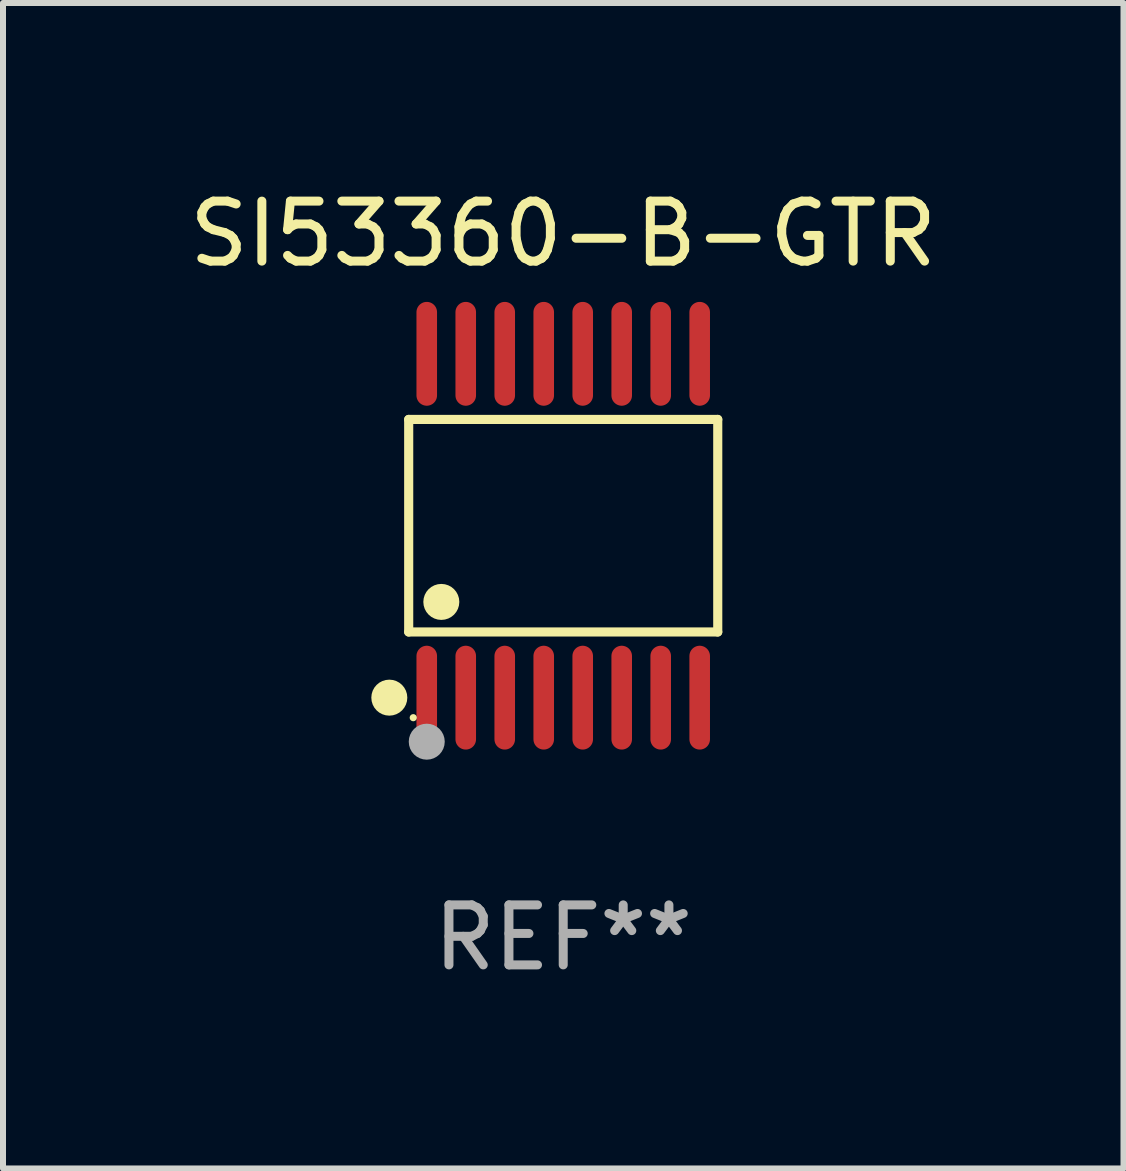
<source format=kicad_pcb>
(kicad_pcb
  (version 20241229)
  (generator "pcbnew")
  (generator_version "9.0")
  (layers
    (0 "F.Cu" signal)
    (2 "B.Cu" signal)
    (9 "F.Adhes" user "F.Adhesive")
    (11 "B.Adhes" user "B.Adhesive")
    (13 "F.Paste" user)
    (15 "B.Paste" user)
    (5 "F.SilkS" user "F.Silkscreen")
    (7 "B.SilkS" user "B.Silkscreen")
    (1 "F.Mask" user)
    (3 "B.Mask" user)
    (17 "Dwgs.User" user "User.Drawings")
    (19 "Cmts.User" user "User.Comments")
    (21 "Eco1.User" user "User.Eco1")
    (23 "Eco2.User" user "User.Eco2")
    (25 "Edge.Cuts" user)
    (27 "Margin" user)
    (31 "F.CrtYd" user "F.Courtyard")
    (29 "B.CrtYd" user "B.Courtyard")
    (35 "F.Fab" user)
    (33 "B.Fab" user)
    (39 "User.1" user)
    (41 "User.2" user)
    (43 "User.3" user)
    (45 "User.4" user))
  (footprint "SI53360-B-GTR"
    (layer "F.Cu")
    (at 6.339 5.714)
    (property "Reference" "SI53360-B-GTR" (at 0 -4.866 0) (layer "F.SilkS") (effects (font (size 1 1) (thickness 0.15))))
    (attr through_hole)
    (fp_line (start -2.576 -1.772) (end 2.576 -1.772) (stroke (width 0.152) (type solid)) (layer "F.SilkS"))
    (fp_line (start -2.576 1.771) (end -2.576 -1.772) (stroke (width 0.152) (type solid)) (layer "F.SilkS"))
    (fp_line (start 2.576 -1.772) (end 2.576 1.771) (stroke (width 0.152) (type solid)) (layer "F.SilkS"))
    (fp_line (start 2.576 1.771) (end -2.576 1.771) (stroke (width 0.152) (type solid)) (layer "F.SilkS"))
    (fp_circle (center -2.899 2.866) (end -2.749 2.866) (stroke (width 0.3) (type solid)) (fill no) (layer "F.SilkS"))
    (fp_circle (center -2.5 3.2) (end -2.47 3.2) (stroke (width 0.06) (type solid)) (fill no) (layer "F.SilkS"))
    (fp_circle (center -2.032 1.27) (end -1.882 1.27) (stroke (width 0.3) (type solid)) (fill no) (layer "F.SilkS"))
    (fp_circle (center -2.275 3.6) (end -2.125 3.6) (stroke (width 0.3) (type solid)) (fill no) (layer "F.Fab"))
    (fp_text user "REF**" (at 0 6.866 0) (layer "F.Fab") (effects (font (size 1 1) (thickness 0.15))))
    (pad "1" smd oval (at -2.275 2.866) (size 0.343 1.731) (layers "F.Cu" "F.Mask" "F.Paste"))
    (pad "2" smd oval (at -1.625 2.866) (size 0.343 1.731) (layers "F.Cu" "F.Mask" "F.Paste"))
    (pad "3" smd oval (at -0.975 2.866) (size 0.343 1.731) (layers "F.Cu" "F.Mask" "F.Paste"))
    (pad "4" smd oval (at -0.325 2.866) (size 0.343 1.731) (layers "F.Cu" "F.Mask" "F.Paste"))
    (pad "5" smd oval (at 0.325 2.866) (size 0.343 1.731) (layers "F.Cu" "F.Mask" "F.Paste"))
    (pad "6" smd oval (at 0.975 2.866) (size 0.343 1.731) (layers "F.Cu" "F.Mask" "F.Paste"))
    (pad "7" smd oval (at 1.625 2.866) (size 0.343 1.731) (layers "F.Cu" "F.Mask" "F.Paste"))
    (pad "8" smd oval (at 2.275 2.866) (size 0.343 1.731) (layers "F.Cu" "F.Mask" "F.Paste"))
    (pad "9" smd oval (at 2.275 -2.866) (size 0.343 1.731) (layers "F.Cu" "F.Mask" "F.Paste"))
    (pad "10" smd oval (at 1.625 -2.866) (size 0.343 1.731) (layers "F.Cu" "F.Mask" "F.Paste"))
    (pad "11" smd oval (at 0.975 -2.866) (size 0.343 1.731) (layers "F.Cu" "F.Mask" "F.Paste"))
    (pad "12" smd oval (at 0.325 -2.866) (size 0.343 1.731) (layers "F.Cu" "F.Mask" "F.Paste"))
    (pad "13" smd oval (at -0.325 -2.866) (size 0.343 1.731) (layers "F.Cu" "F.Mask" "F.Paste"))
    (pad "14" smd oval (at -0.975 -2.866) (size 0.343 1.731) (layers "F.Cu" "F.Mask" "F.Paste"))
    (pad "15" smd oval (at -1.625 -2.866) (size 0.343 1.731) (layers "F.Cu" "F.Mask" "F.Paste"))
    (pad "16" smd oval (at -2.275 -2.866) (size 0.343 1.731) (layers "F.Cu" "F.Mask" "F.Paste")))
  (gr_rect
    (start -3 -3)
    (end 15.679 16.428)
    (stroke (width 0.1) (type default))
    (fill no)
    (layer "Edge.Cuts")))
</source>
